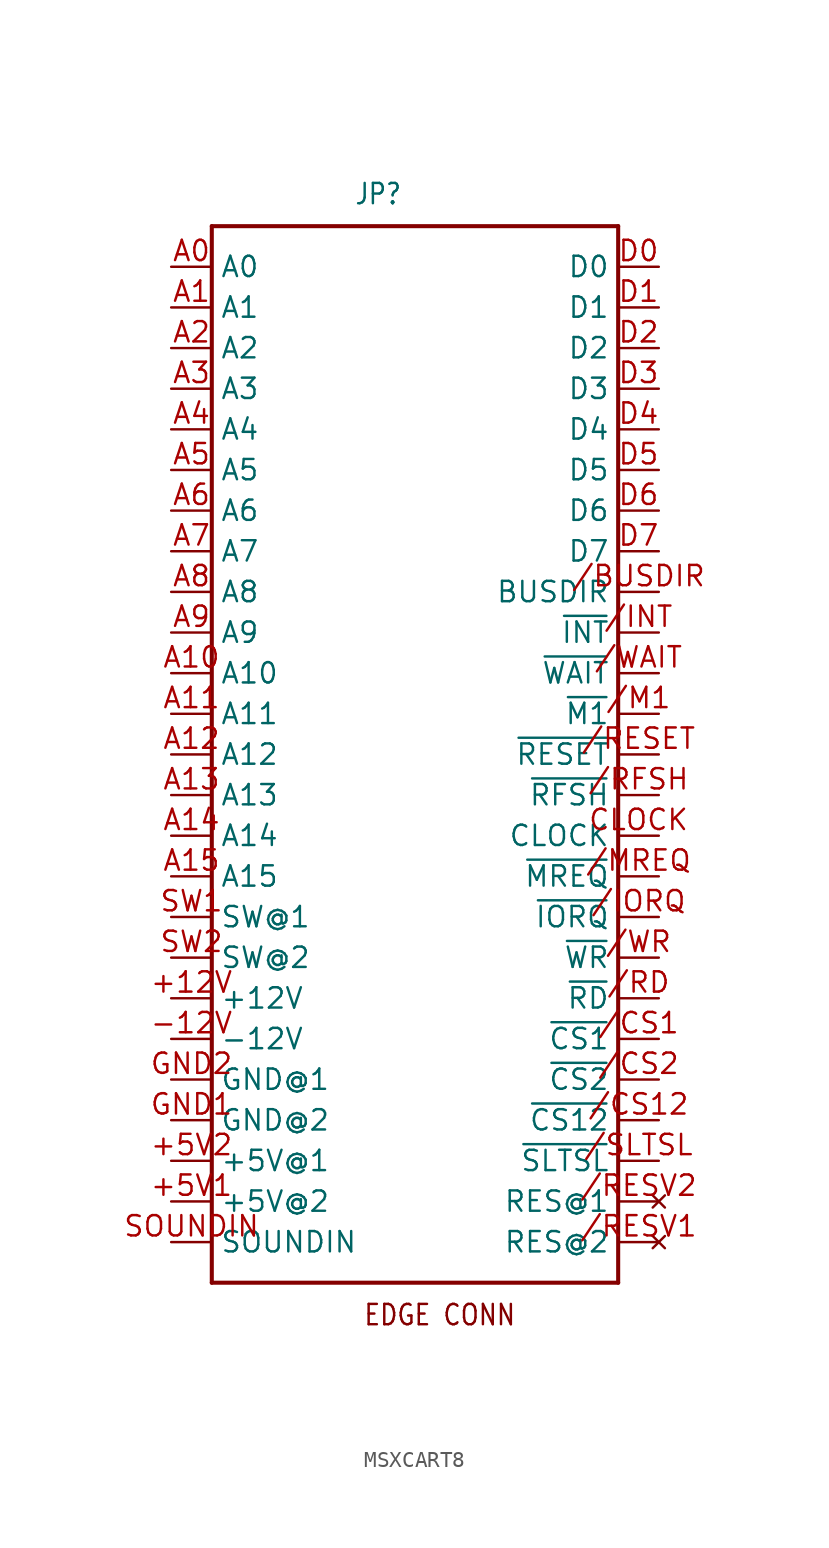
<source format=kicad_sym>
(kicad_symbol_lib
  (version 20211014)
  (generator kicad_symbol_editor)
  (symbol "MSXCART8"
    (property "Reference" "JP"
      (at -3.81 34.29 0)
      (effects (font (size 1.27 1.079)) (justify left bottom)))
    (property "ki_locked" ""
      (at 0 0 0)
      (effects (font (size 1.27 1.27))))
    (symbol "MSXCART8_1_0"
      (polyline (pts (xy -12.7 -33.02) (xy -12.7 33.02)) (stroke (width 0.254) (type default) (color 0 0 0 0)) (fill (type none)))
      (polyline (pts (xy -12.7 33.02) (xy 12.7 33.02)) (stroke (width 0.254) (type default) (color 0 0 0 0)) (fill (type none)))
      (polyline (pts (xy 12.7 -33.02) (xy -12.7 -33.02)) (stroke (width 0.254) (type default) (color 0 0 0 0)) (fill (type none)))
      (polyline (pts (xy 12.7 33.02) (xy 12.7 -33.02)) (stroke (width 0.254) (type default) (color 0 0 0 0)) (fill (type none)))
      (text "EDGE CONN" (at 6.35 -34.29 0) (effects (font (size 1.27 1.079)) (justify right top)))
      (pin power_in line (at -15.24 -15.24 0) (length 2.54) (name "+12V" (effects (font (size 1.27 1.27)))) (number "+12V" (effects (font (size 1.27 1.27)))))
      (pin power_in line (at -15.24 -27.94 0) (length 2.54) (name "+5V@2" (effects (font (size 1.27 1.27)))) (number "+5V1" (effects (font (size 1.27 1.27)))))
      (pin power_in line (at -15.24 -25.4 0) (length 2.54) (name "+5V@1" (effects (font (size 1.27 1.27)))) (number "+5V2" (effects (font (size 1.27 1.27)))))
      (pin power_in line (at -15.24 -17.78 0) (length 2.54) (name "-12V" (effects (font (size 1.27 1.27)))) (number "-12V" (effects (font (size 1.27 1.27)))))
      (pin input line (at 15.24 10.16 180) (length 2.54) (name "BUSDIR" (effects (font (size 1.27 1.27)))) (number "/BUSDIR" (effects (font (size 1.27 1.27)))))
      (pin output line (at 15.24 -17.78 180) (length 2.54) (name "~{CS1}" (effects (font (size 1.27 1.27)))) (number "/CS1" (effects (font (size 1.27 1.27)))))
      (pin output line (at 15.24 -22.86 180) (length 2.54) (name "~{CS12}" (effects (font (size 1.27 1.27)))) (number "/CS12" (effects (font (size 1.27 1.27)))))
      (pin output line (at 15.24 -20.32 180) (length 2.54) (name "~{CS2}" (effects (font (size 1.27 1.27)))) (number "/CS2" (effects (font (size 1.27 1.27)))))
      (pin open_collector line (at 15.24 7.62 180) (length 2.54) (name "~{INT}" (effects (font (size 1.27 1.27)))) (number "/INT" (effects (font (size 1.27 1.27)))))
      (pin output line (at 15.24 -10.16 180) (length 2.54) (name "~{IORQ}" (effects (font (size 1.27 1.27)))) (number "/IORQ" (effects (font (size 1.27 1.27)))))
      (pin output line (at 15.24 2.54 180) (length 2.54) (name "~{M1}" (effects (font (size 1.27 1.27)))) (number "/M1" (effects (font (size 1.27 1.27)))))
      (pin output line (at 15.24 -7.62 180) (length 2.54) (name "~{MREQ}" (effects (font (size 1.27 1.27)))) (number "/MREQ" (effects (font (size 1.27 1.27)))))
      (pin output line (at 15.24 -15.24 180) (length 2.54) (name "~{RD}" (effects (font (size 1.27 1.27)))) (number "/RD" (effects (font (size 1.27 1.27)))))
      (pin output line (at 15.24 0 180) (length 2.54) (name "~{RESET}" (effects (font (size 1.27 1.27)))) (number "/RESET" (effects (font (size 1.27 1.27)))))
      (pin no_connect line (at 15.24 -30.48 180) (length 2.54) (name "RES@2" (effects (font (size 1.27 1.27)))) (number "/RESV1" (effects (font (size 1.27 1.27)))))
      (pin no_connect line (at 15.24 -27.94 180) (length 2.54) (name "RES@1" (effects (font (size 1.27 1.27)))) (number "/RESV2" (effects (font (size 1.27 1.27)))))
      (pin output line (at 15.24 -2.54 180) (length 2.54) (name "~{RFSH}" (effects (font (size 1.27 1.27)))) (number "/RFSH" (effects (font (size 1.27 1.27)))))
      (pin output line (at 15.24 -25.4 180) (length 2.54) (name "~{SLTSL}" (effects (font (size 1.27 1.27)))) (number "/SLTSL" (effects (font (size 1.27 1.27)))))
      (pin open_collector line (at 15.24 5.08 180) (length 2.54) (name "~{WAIT}" (effects (font (size 1.27 1.27)))) (number "/WAIT" (effects (font (size 1.27 1.27)))))
      (pin output line (at 15.24 -12.7 180) (length 2.54) (name "~{WR}" (effects (font (size 1.27 1.27)))) (number "/WR" (effects (font (size 1.27 1.27)))))
      (pin output line (at -15.24 30.48 0) (length 2.54) (name "A0" (effects (font (size 1.27 1.27)))) (number "A0" (effects (font (size 1.27 1.27)))))
      (pin output line (at -15.24 27.94 0) (length 2.54) (name "A1" (effects (font (size 1.27 1.27)))) (number "A1" (effects (font (size 1.27 1.27)))))
      (pin output line (at -15.24 5.08 0) (length 2.54) (name "A10" (effects (font (size 1.27 1.27)))) (number "A10" (effects (font (size 1.27 1.27)))))
      (pin output line (at -15.24 2.54 0) (length 2.54) (name "A11" (effects (font (size 1.27 1.27)))) (number "A11" (effects (font (size 1.27 1.27)))))
      (pin output line (at -15.24 0 0) (length 2.54) (name "A12" (effects (font (size 1.27 1.27)))) (number "A12" (effects (font (size 1.27 1.27)))))
      (pin output line (at -15.24 -2.54 0) (length 2.54) (name "A13" (effects (font (size 1.27 1.27)))) (number "A13" (effects (font (size 1.27 1.27)))))
      (pin output line (at -15.24 -5.08 0) (length 2.54) (name "A14" (effects (font (size 1.27 1.27)))) (number "A14" (effects (font (size 1.27 1.27)))))
      (pin output line (at -15.24 -7.62 0) (length 2.54) (name "A15" (effects (font (size 1.27 1.27)))) (number "A15" (effects (font (size 1.27 1.27)))))
      (pin output line (at -15.24 25.4 0) (length 2.54) (name "A2" (effects (font (size 1.27 1.27)))) (number "A2" (effects (font (size 1.27 1.27)))))
      (pin output line (at -15.24 22.86 0) (length 2.54) (name "A3" (effects (font (size 1.27 1.27)))) (number "A3" (effects (font (size 1.27 1.27)))))
      (pin output line (at -15.24 20.32 0) (length 2.54) (name "A4" (effects (font (size 1.27 1.27)))) (number "A4" (effects (font (size 1.27 1.27)))))
      (pin output line (at -15.24 17.78 0) (length 2.54) (name "A5" (effects (font (size 1.27 1.27)))) (number "A5" (effects (font (size 1.27 1.27)))))
      (pin output line (at -15.24 15.24 0) (length 2.54) (name "A6" (effects (font (size 1.27 1.27)))) (number "A6" (effects (font (size 1.27 1.27)))))
      (pin output line (at -15.24 12.7 0) (length 2.54) (name "A7" (effects (font (size 1.27 1.27)))) (number "A7" (effects (font (size 1.27 1.27)))))
      (pin output line (at -15.24 10.16 0) (length 2.54) (name "A8" (effects (font (size 1.27 1.27)))) (number "A8" (effects (font (size 1.27 1.27)))))
      (pin output line (at -15.24 7.62 0) (length 2.54) (name "A9" (effects (font (size 1.27 1.27)))) (number "A9" (effects (font (size 1.27 1.27)))))
      (pin output line (at 15.24 -5.08 180) (length 2.54) (name "CLOCK" (effects (font (size 1.27 1.27)))) (number "CLOCK" (effects (font (size 1.27 1.27)))))
      (pin bidirectional line (at 15.24 30.48 180) (length 2.54) (name "D0" (effects (font (size 1.27 1.27)))) (number "D0" (effects (font (size 1.27 1.27)))))
      (pin bidirectional line (at 15.24 27.94 180) (length 2.54) (name "D1" (effects (font (size 1.27 1.27)))) (number "D1" (effects (font (size 1.27 1.27)))))
      (pin bidirectional line (at 15.24 25.4 180) (length 2.54) (name "D2" (effects (font (size 1.27 1.27)))) (number "D2" (effects (font (size 1.27 1.27)))))
      (pin bidirectional line (at 15.24 22.86 180) (length 2.54) (name "D3" (effects (font (size 1.27 1.27)))) (number "D3" (effects (font (size 1.27 1.27)))))
      (pin bidirectional line (at 15.24 20.32 180) (length 2.54) (name "D4" (effects (font (size 1.27 1.27)))) (number "D4" (effects (font (size 1.27 1.27)))))
      (pin bidirectional line (at 15.24 17.78 180) (length 2.54) (name "D5" (effects (font (size 1.27 1.27)))) (number "D5" (effects (font (size 1.27 1.27)))))
      (pin bidirectional line (at 15.24 15.24 180) (length 2.54) (name "D6" (effects (font (size 1.27 1.27)))) (number "D6" (effects (font (size 1.27 1.27)))))
      (pin bidirectional line (at 15.24 12.7 180) (length 2.54) (name "D7" (effects (font (size 1.27 1.27)))) (number "D7" (effects (font (size 1.27 1.27)))))
      (pin power_in line (at -15.24 -22.86 0) (length 2.54) (name "GND@2" (effects (font (size 1.27 1.27)))) (number "GND1" (effects (font (size 1.27 1.27)))))
      (pin power_in line (at -15.24 -20.32 0) (length 2.54) (name "GND@1" (effects (font (size 1.27 1.27)))) (number "GND2" (effects (font (size 1.27 1.27)))))
      (pin passive line (at -15.24 -30.48 0) (length 2.54) (name "SOUNDIN" (effects (font (size 1.27 1.27)))) (number "SOUNDIN" (effects (font (size 1.27 1.27)))))
      (pin passive line (at -15.24 -10.16 0) (length 2.54) (name "SW@1" (effects (font (size 1.27 1.27)))) (number "SW1" (effects (font (size 1.27 1.27)))))
      (pin passive line (at -15.24 -12.7 0) (length 2.54) (name "SW@2" (effects (font (size 1.27 1.27)))) (number "SW2" (effects (font (size 1.27 1.27))))))))
</source>
